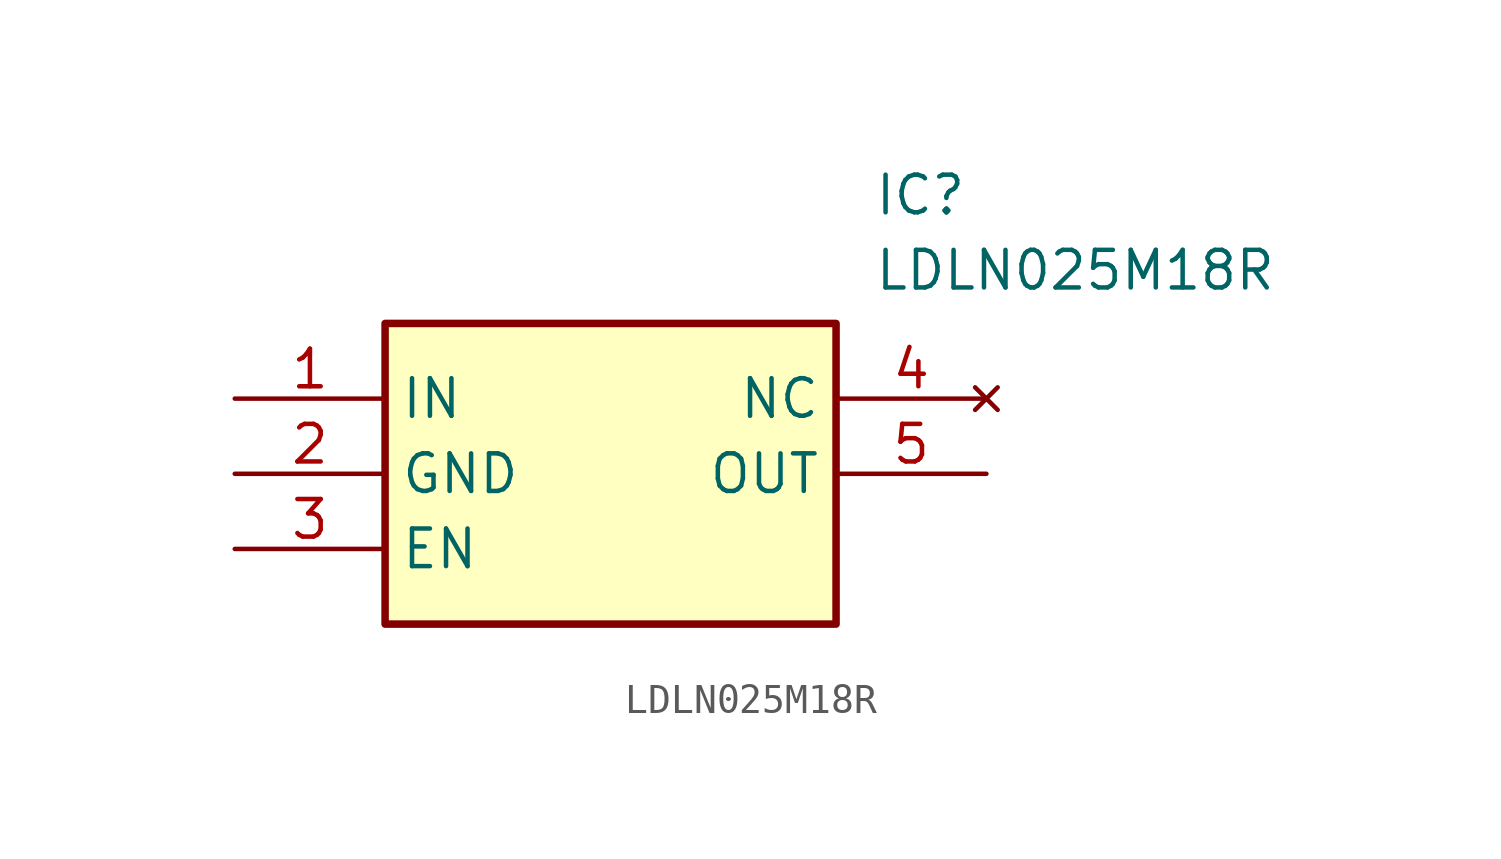
<source format=kicad_sym>
(kicad_symbol_lib
  (version 20211014)
  (generator SamacSys_ECAD_Model)
  (symbol "LDLN025M18R"
    (property "Reference" "IC"
      (at 21.59 7.62 0)
      (effects (font (size 1.27 1.27)) (justify left top)))
    (property "Value" "LDLN025M18R"
      (at 21.59 5.08 0)
      (effects (font (size 1.27 1.27)) (justify left top)))
    (rectangle
      (start 5.08 2.54)
      (end 20.32 -7.62)
      (stroke (width 0.254) (type default))
      (fill (type background)))
    (pin input line
      (at 0 0 0)
      (length 5.08)
      (name "IN" (effects (font (size 1.27 1.27))))
      (number "1" (effects (font (size 1.27 1.27)))))
    (pin power_in line
      (at 0 -2.54 0)
      (length 5.08)
      (name "GND" (effects (font (size 1.27 1.27))))
      (number "2" (effects (font (size 1.27 1.27)))))
    (pin input line
      (at 0 -5.08 0)
      (length 5.08)
      (name "EN" (effects (font (size 1.27 1.27))))
      (number "3" (effects (font (size 1.27 1.27)))))
    (pin no_connect line
      (at 25.4 0 180)
      (length 5.08)
      (name "NC" (effects (font (size 1.27 1.27))))
      (number "4" (effects (font (size 1.27 1.27)))))
    (pin output line
      (at 25.4 -2.54 180)
      (length 5.08)
      (name "OUT" (effects (font (size 1.27 1.27))))
      (number "5" (effects (font (size 1.27 1.27)))))))
</source>
